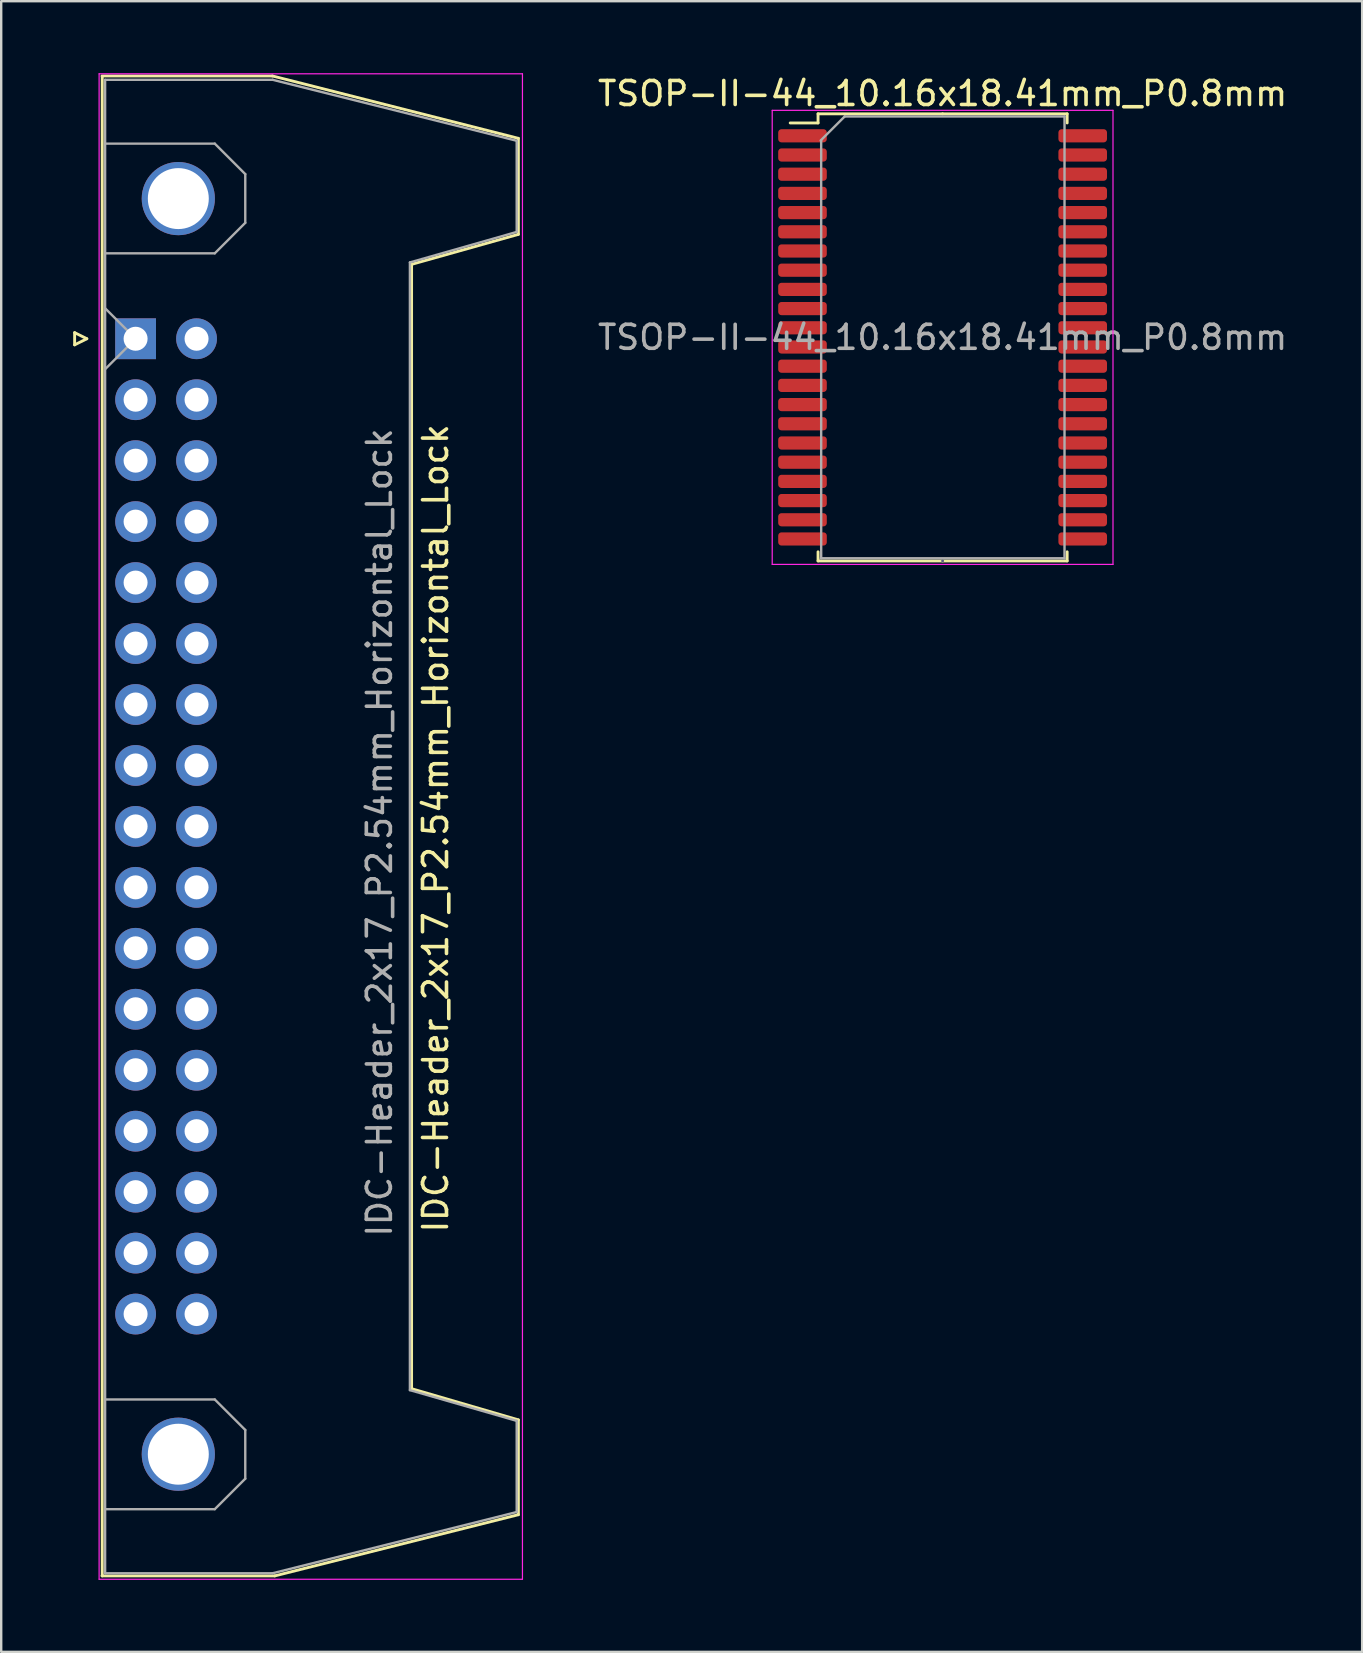
<source format=kicad_pcb>
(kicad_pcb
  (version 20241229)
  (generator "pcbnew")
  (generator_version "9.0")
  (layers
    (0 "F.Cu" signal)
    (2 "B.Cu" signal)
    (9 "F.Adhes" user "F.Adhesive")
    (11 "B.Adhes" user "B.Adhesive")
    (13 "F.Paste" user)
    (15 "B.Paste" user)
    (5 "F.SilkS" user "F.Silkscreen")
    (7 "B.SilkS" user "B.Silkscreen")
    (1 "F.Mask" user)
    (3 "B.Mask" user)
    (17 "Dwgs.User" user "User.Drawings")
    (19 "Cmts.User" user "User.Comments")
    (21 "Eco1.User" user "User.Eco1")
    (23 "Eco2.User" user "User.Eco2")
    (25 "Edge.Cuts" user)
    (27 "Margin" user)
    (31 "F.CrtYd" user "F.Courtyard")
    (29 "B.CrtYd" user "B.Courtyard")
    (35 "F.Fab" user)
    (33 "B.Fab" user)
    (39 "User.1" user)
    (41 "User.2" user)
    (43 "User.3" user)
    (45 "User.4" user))
  (footprint "IDC-Header_2x17_P2.54mm_Horizontal_Lock"
    (layer "F.Cu")
    (at 2.6 11.065)
    (property "Reference" "IDC-Header_2x17_P2.54mm_Horizontal_Lock" (at 12.5 20.4 270) (layer "F.SilkS") (effects (font (size 1 1) (thickness 0.15))))
    (attr through_hole)
    (fp_line (start -2.54 -0.254) (end -2.54 0.254) (stroke (width 0.12) (type solid)) (layer "F.SilkS"))
    (fp_line (start -2.54 0.254) (end -2.032 0) (stroke (width 0.12) (type solid)) (layer "F.SilkS"))
    (fp_line (start -2.032 0) (end -2.54 -0.254) (stroke (width 0.12) (type solid)) (layer "F.SilkS"))
    (fp_line (start -1.4 -10.95) (end 5.7 -10.95) (stroke (width 0.12) (type solid)) (layer "F.SilkS"))
    (fp_line (start -1.4 51.55) (end 5.8 51.55) (stroke (width 0.12) (type solid)) (layer "F.SilkS"))
    (fp_line (start -1.39 51.55) (end -1.39 -10.91) (stroke (width 0.12) (type solid)) (layer "F.SilkS"))
    (fp_line (start 5.8 51.55) (end 15.95 49) (stroke (width 0.12) (type solid)) (layer "F.SilkS"))
    (fp_line (start 11.5 -3.1) (end 15.95 -4.35) (stroke (width 0.12) (type solid)) (layer "F.SilkS"))
    (fp_line (start 11.5 43.75) (end 11.5 -3.1) (stroke (width 0.12) (type solid)) (layer "F.SilkS"))
    (fp_line (start 15.95 -8.35) (end 5.7 -10.95) (stroke (width 0.12) (type solid)) (layer "F.SilkS"))
    (fp_line (start 15.95 -4.35) (end 15.95 -8.35) (stroke (width 0.12) (type solid)) (layer "F.SilkS"))
    (fp_line (start 15.95 45.05) (end 11.5 43.75) (stroke (width 0.12) (type solid)) (layer "F.SilkS"))
    (fp_line (start 15.95 49) (end 15.95 45.05) (stroke (width 0.12) (type solid)) (layer "F.SilkS"))
    (fp_line (start -1.52 51.69) (end -1.52 -11.04) (stroke (width 0.05) (type solid)) (layer "F.CrtYd"))
    (fp_line (start -1.52 51.69) (end 16.12 51.69) (stroke (width 0.05) (type solid)) (layer "F.CrtYd"))
    (fp_line (start 16.12 -11.04) (end -1.52 -11.04) (stroke (width 0.05) (type solid)) (layer "F.CrtYd"))
    (fp_line (start 16.12 -11.04) (end 16.12 51.69) (stroke (width 0.05) (type solid)) (layer "F.CrtYd"))
    (fp_line (start -1.27 -10.79) (end -1.27 51.44) (stroke (width 0.1) (type solid)) (layer "F.Fab"))
    (fp_line (start -1.27 -8.13) (end 3.3 -8.13) (stroke (width 0.1) (type solid)) (layer "F.Fab"))
    (fp_line (start -1.27 -3.56) (end 3.3 -3.56) (stroke (width 0.1) (type solid)) (layer "F.Fab"))
    (fp_line (start -1.27 -1.27) (end 0 0) (stroke (width 0.1) (type solid)) (layer "F.Fab"))
    (fp_line (start -1.27 44.2) (end 3.3 44.2) (stroke (width 0.1) (type solid)) (layer "F.Fab"))
    (fp_line (start -1.27 51.44) (end 5.71 51.44) (stroke (width 0.1) (type solid)) (layer "F.Fab"))
    (fp_line (start 0 0) (end -1.27 1.27) (stroke (width 0.1) (type solid)) (layer "F.Fab"))
    (fp_line (start 3.3 -8.13) (end 4.57 -6.86) (stroke (width 0.1) (type solid)) (layer "F.Fab"))
    (fp_line (start 3.3 44.2) (end 4.57 45.47) (stroke (width 0.1) (type solid)) (layer "F.Fab"))
    (fp_line (start 3.3 48.77) (end -1.27 48.77) (stroke (width 0.1) (type solid)) (layer "F.Fab"))
    (fp_line (start 4.57 -6.86) (end 4.57 -4.83) (stroke (width 0.1) (type solid)) (layer "F.Fab"))
    (fp_line (start 4.57 -4.83) (end 3.3 -3.56) (stroke (width 0.1) (type solid)) (layer "F.Fab"))
    (fp_line (start 4.57 45.47) (end 4.57 47.5) (stroke (width 0.1) (type solid)) (layer "F.Fab"))
    (fp_line (start 4.57 47.5) (end 3.3 48.77) (stroke (width 0.1) (type solid)) (layer "F.Fab"))
    (fp_line (start 5.71 -10.79) (end -1.27 -10.79) (stroke (width 0.1) (type solid)) (layer "F.Fab"))
    (fp_line (start 5.71 51.44) (end 15.88 48.89) (stroke (width 0.1) (type solid)) (layer "F.Fab"))
    (fp_line (start 11.43 -3.18) (end 11.43 43.81) (stroke (width 0.1) (type solid)) (layer "F.Fab"))
    (fp_line (start 15.88 -8.25) (end 5.71 -10.79) (stroke (width 0.1) (type solid)) (layer "F.Fab"))
    (fp_line (start 15.88 -8.25) (end 15.88 -4.45) (stroke (width 0.1) (type solid)) (layer "F.Fab"))
    (fp_line (start 15.88 -4.45) (end 11.43 -3.18) (stroke (width 0.1) (type solid)) (layer "F.Fab"))
    (fp_line (start 15.88 45.09) (end 11.43 43.81) (stroke (width 0.1) (type solid)) (layer "F.Fab"))
    (fp_line (start 15.88 48.89) (end 15.88 45.09) (stroke (width 0.1) (type solid)) (layer "F.Fab"))
    (fp_text user "${REFERENCE}" (at 10.16 20.574 90) (layer "F.Fab") (effects (font (size 1 1) (thickness 0.15))))
    (pad "" thru_hole circle (at 1.78 -5.84 270) (size 3.05 3.05) (drill 2.54) (layers "*.Cu" "*.Mask"))
    (pad "" thru_hole circle (at 1.78 46.48 270) (size 3.05 3.05) (drill 2.54) (layers "*.Cu" "*.Mask"))
    (pad "1" thru_hole rect (at 0 0 270) (size 1.7 1.7) (drill 1) (layers "*.Cu" "*.Mask"))
    (pad "2" thru_hole circle (at 2.54 0 270) (size 1.7 1.7) (drill 1) (layers "*.Cu" "*.Mask"))
    (pad "3" thru_hole circle (at 0 2.54 270) (size 1.7 1.7) (drill 1) (layers "*.Cu" "*.Mask"))
    (pad "4" thru_hole circle (at 2.54 2.54 270) (size 1.7 1.7) (drill 1) (layers "*.Cu" "*.Mask"))
    (pad "5" thru_hole circle (at 0 5.08 270) (size 1.7 1.7) (drill 1) (layers "*.Cu" "*.Mask"))
    (pad "6" thru_hole circle (at 2.54 5.08 270) (size 1.7 1.7) (drill 1) (layers "*.Cu" "*.Mask"))
    (pad "7" thru_hole circle (at 0 7.62 270) (size 1.7 1.7) (drill 1) (layers "*.Cu" "*.Mask"))
    (pad "8" thru_hole circle (at 2.54 7.62 270) (size 1.7 1.7) (drill 1) (layers "*.Cu" "*.Mask"))
    (pad "9" thru_hole circle (at 0 10.16 270) (size 1.7 1.7) (drill 1) (layers "*.Cu" "*.Mask"))
    (pad "10" thru_hole circle (at 2.54 10.16 270) (size 1.7 1.7) (drill 1) (layers "*.Cu" "*.Mask"))
    (pad "11" thru_hole circle (at 0 12.7 270) (size 1.7 1.7) (drill 1) (layers "*.Cu" "*.Mask"))
    (pad "12" thru_hole circle (at 2.54 12.7 270) (size 1.7 1.7) (drill 1) (layers "*.Cu" "*.Mask"))
    (pad "13" thru_hole circle (at 0 15.24 270) (size 1.7 1.7) (drill 1) (layers "*.Cu" "*.Mask"))
    (pad "14" thru_hole circle (at 2.54 15.24 270) (size 1.7 1.7) (drill 1) (layers "*.Cu" "*.Mask"))
    (pad "15" thru_hole circle (at 0 17.78 270) (size 1.7 1.7) (drill 1) (layers "*.Cu" "*.Mask"))
    (pad "16" thru_hole circle (at 2.54 17.78 270) (size 1.7 1.7) (drill 1) (layers "*.Cu" "*.Mask"))
    (pad "17" thru_hole circle (at 0 20.32 270) (size 1.7 1.7) (drill 1) (layers "*.Cu" "*.Mask"))
    (pad "18" thru_hole circle (at 2.54 20.32 270) (size 1.7 1.7) (drill 1) (layers "*.Cu" "*.Mask"))
    (pad "19" thru_hole circle (at 0 22.86 270) (size 1.7 1.7) (drill 1) (layers "*.Cu" "*.Mask"))
    (pad "20" thru_hole circle (at 2.54 22.86 270) (size 1.7 1.7) (drill 1) (layers "*.Cu" "*.Mask"))
    (pad "21" thru_hole circle (at 0 25.4 270) (size 1.7 1.7) (drill 1) (layers "*.Cu" "*.Mask"))
    (pad "22" thru_hole circle (at 2.54 25.4 270) (size 1.7 1.7) (drill 1) (layers "*.Cu" "*.Mask"))
    (pad "23" thru_hole circle (at 0 27.94 270) (size 1.7 1.7) (drill 1) (layers "*.Cu" "*.Mask"))
    (pad "24" thru_hole circle (at 2.54 27.94 270) (size 1.7 1.7) (drill 1) (layers "*.Cu" "*.Mask"))
    (pad "25" thru_hole circle (at 0 30.48 270) (size 1.7 1.7) (drill 1) (layers "*.Cu" "*.Mask"))
    (pad "26" thru_hole circle (at 2.54 30.48 270) (size 1.7 1.7) (drill 1) (layers "*.Cu" "*.Mask"))
    (pad "27" thru_hole circle (at 0 33.02 270) (size 1.7 1.7) (drill 1) (layers "*.Cu" "*.Mask"))
    (pad "28" thru_hole circle (at 2.54 33.02 270) (size 1.7 1.7) (drill 1) (layers "*.Cu" "*.Mask"))
    (pad "29" thru_hole circle (at 0 35.56 270) (size 1.7 1.7) (drill 1) (layers "*.Cu" "*.Mask"))
    (pad "30" thru_hole circle (at 2.54 35.56 270) (size 1.7 1.7) (drill 1) (layers "*.Cu" "*.Mask"))
    (pad "31" thru_hole circle (at 0 38.1 270) (size 1.7 1.7) (drill 1) (layers "*.Cu" "*.Mask"))
    (pad "32" thru_hole circle (at 2.54 38.1 270) (size 1.7 1.7) (drill 1) (layers "*.Cu" "*.Mask"))
    (pad "33" thru_hole circle (at 0 40.64 270) (size 1.7 1.7) (drill 1) (layers "*.Cu" "*.Mask"))
    (pad "34" thru_hole circle (at 2.54 40.64 270) (size 1.7 1.7) (drill 1) (layers "*.Cu" "*.Mask")))
  (footprint "TSOP-II-44_10.16x18.41mm_P0.8mm"
    (layer "F.Cu")
    (at 36.227 11.008)
    (property "Reference" "TSOP-II-44_10.16x18.41mm_P0.8mm" (at 0 -10.16 0) (layer "F.SilkS") (effects (font (size 1 1) (thickness 0.15))))
    (attr smd)
    (fp_line (start -5.19 -9.315) (end -5.19 -8.935) (stroke (width 0.12) (type solid)) (layer "F.SilkS"))
    (fp_line (start -5.19 -8.935) (end -6.35 -8.935) (stroke (width 0.12) (type solid)) (layer "F.SilkS"))
    (fp_line (start -5.19 9.315) (end -5.19 8.935) (stroke (width 0.12) (type solid)) (layer "F.SilkS"))
    (fp_line (start 0 -9.315) (end -5.19 -9.315) (stroke (width 0.12) (type solid)) (layer "F.SilkS"))
    (fp_line (start 0 -9.315) (end 5.19 -9.315) (stroke (width 0.12) (type solid)) (layer "F.SilkS"))
    (fp_line (start 0 9.315) (end -5.19 9.315) (stroke (width 0.12) (type solid)) (layer "F.SilkS"))
    (fp_line (start 0 9.315) (end 5.19 9.315) (stroke (width 0.12) (type solid)) (layer "F.SilkS"))
    (fp_line (start 5.19 -9.315) (end 5.19 -8.935) (stroke (width 0.12) (type solid)) (layer "F.SilkS"))
    (fp_line (start 5.19 9.315) (end 5.19 8.935) (stroke (width 0.12) (type solid)) (layer "F.SilkS"))
    (fp_line (start -7.1 -9.46) (end -7.1 9.46) (stroke (width 0.05) (type solid)) (layer "F.CrtYd"))
    (fp_line (start -7.1 9.46) (end 7.1 9.46) (stroke (width 0.05) (type solid)) (layer "F.CrtYd"))
    (fp_line (start 7.1 -9.46) (end -7.1 -9.46) (stroke (width 0.05) (type solid)) (layer "F.CrtYd"))
    (fp_line (start 7.1 9.46) (end 7.1 -9.46) (stroke (width 0.05) (type solid)) (layer "F.CrtYd"))
    (fp_line (start 0 9.315) (end 0 9.315) (stroke (width 0.12) (type solid)) (layer "B.Fab"))
    (fp_line (start -5.08 -8.205) (end -4.08 -9.205) (stroke (width 0.1) (type solid)) (layer "F.Fab"))
    (fp_line (start -5.06 9.205) (end -5.06 -8.205) (stroke (width 0.1) (type solid)) (layer "F.Fab"))
    (fp_line (start -4.08 -9.205) (end 5.08 -9.205) (stroke (width 0.1) (type solid)) (layer "F.Fab"))
    (fp_line (start 5.08 -9.205) (end 5.08 9.205) (stroke (width 0.1) (type solid)) (layer "F.Fab"))
    (fp_line (start 5.08 9.205) (end -5.08 9.205) (stroke (width 0.1) (type solid)) (layer "F.Fab"))
    (fp_text user "${REFERENCE}" (at 0 0 0) (layer "F.Fab") (effects (font (size 1 1) (thickness 0.15))))
    (pad "1" smd roundrect (at -5.838 -8.4) (size 2.025 0.55) (layers "F.Cu" "F.Mask" "F.Paste") (roundrect_rratio 0.25))
    (pad "2" smd roundrect (at -5.838 -7.6) (size 2.025 0.55) (layers "F.Cu" "F.Mask" "F.Paste") (roundrect_rratio 0.25))
    (pad "3" smd roundrect (at -5.838 -6.8) (size 2.025 0.55) (layers "F.Cu" "F.Mask" "F.Paste") (roundrect_rratio 0.25))
    (pad "4" smd roundrect (at -5.838 -6) (size 2.025 0.55) (layers "F.Cu" "F.Mask" "F.Paste") (roundrect_rratio 0.25))
    (pad "5" smd roundrect (at -5.838 -5.2) (size 2.025 0.55) (layers "F.Cu" "F.Mask" "F.Paste") (roundrect_rratio 0.25))
    (pad "6" smd roundrect (at -5.838 -4.4) (size 2.025 0.55) (layers "F.Cu" "F.Mask" "F.Paste") (roundrect_rratio 0.25))
    (pad "7" smd roundrect (at -5.838 -3.6) (size 2.025 0.55) (layers "F.Cu" "F.Mask" "F.Paste") (roundrect_rratio 0.25))
    (pad "8" smd roundrect (at -5.838 -2.8) (size 2.025 0.55) (layers "F.Cu" "F.Mask" "F.Paste") (roundrect_rratio 0.25))
    (pad "9" smd roundrect (at -5.838 -2) (size 2.025 0.55) (layers "F.Cu" "F.Mask" "F.Paste") (roundrect_rratio 0.25))
    (pad "10" smd roundrect (at -5.838 -1.2) (size 2.025 0.55) (layers "F.Cu" "F.Mask" "F.Paste") (roundrect_rratio 0.25))
    (pad "11" smd roundrect (at -5.838 -0.4) (size 2.025 0.55) (layers "F.Cu" "F.Mask" "F.Paste") (roundrect_rratio 0.25))
    (pad "12" smd roundrect (at -5.838 0.4) (size 2.025 0.55) (layers "F.Cu" "F.Mask" "F.Paste") (roundrect_rratio 0.25))
    (pad "13" smd roundrect (at -5.838 1.2) (size 2.025 0.55) (layers "F.Cu" "F.Mask" "F.Paste") (roundrect_rratio 0.25))
    (pad "14" smd roundrect (at -5.838 2) (size 2.025 0.55) (layers "F.Cu" "F.Mask" "F.Paste") (roundrect_rratio 0.25))
    (pad "15" smd roundrect (at -5.838 2.8) (size 2.025 0.55) (layers "F.Cu" "F.Mask" "F.Paste") (roundrect_rratio 0.25))
    (pad "16" smd roundrect (at -5.838 3.6) (size 2.025 0.55) (layers "F.Cu" "F.Mask" "F.Paste") (roundrect_rratio 0.25))
    (pad "17" smd roundrect (at -5.838 4.4) (size 2.025 0.55) (layers "F.Cu" "F.Mask" "F.Paste") (roundrect_rratio 0.25))
    (pad "18" smd roundrect (at -5.838 5.2) (size 2.025 0.55) (layers "F.Cu" "F.Mask" "F.Paste") (roundrect_rratio 0.25))
    (pad "19" smd roundrect (at -5.838 6) (size 2.025 0.55) (layers "F.Cu" "F.Mask" "F.Paste") (roundrect_rratio 0.25))
    (pad "20" smd roundrect (at -5.838 6.8) (size 2.025 0.55) (layers "F.Cu" "F.Mask" "F.Paste") (roundrect_rratio 0.25))
    (pad "21" smd roundrect (at -5.838 7.6) (size 2.025 0.55) (layers "F.Cu" "F.Mask" "F.Paste") (roundrect_rratio 0.25))
    (pad "22" smd roundrect (at -5.838 8.4) (size 2.025 0.55) (layers "F.Cu" "F.Mask" "F.Paste") (roundrect_rratio 0.25))
    (pad "23" smd roundrect (at 5.838 8.4) (size 2.025 0.55) (layers "F.Cu" "F.Mask" "F.Paste") (roundrect_rratio 0.25))
    (pad "24" smd roundrect (at 5.838 7.6) (size 2.025 0.55) (layers "F.Cu" "F.Mask" "F.Paste") (roundrect_rratio 0.25))
    (pad "25" smd roundrect (at 5.838 6.8) (size 2.025 0.55) (layers "F.Cu" "F.Mask" "F.Paste") (roundrect_rratio 0.25))
    (pad "26" smd roundrect (at 5.838 6) (size 2.025 0.55) (layers "F.Cu" "F.Mask" "F.Paste") (roundrect_rratio 0.25))
    (pad "27" smd roundrect (at 5.838 5.2) (size 2.025 0.55) (layers "F.Cu" "F.Mask" "F.Paste") (roundrect_rratio 0.25))
    (pad "28" smd roundrect (at 5.838 4.4) (size 2.025 0.55) (layers "F.Cu" "F.Mask" "F.Paste") (roundrect_rratio 0.25))
    (pad "29" smd roundrect (at 5.838 3.6) (size 2.025 0.55) (layers "F.Cu" "F.Mask" "F.Paste") (roundrect_rratio 0.25))
    (pad "30" smd roundrect (at 5.838 2.8) (size 2.025 0.55) (layers "F.Cu" "F.Mask" "F.Paste") (roundrect_rratio 0.25))
    (pad "31" smd roundrect (at 5.838 2) (size 2.025 0.55) (layers "F.Cu" "F.Mask" "F.Paste") (roundrect_rratio 0.25))
    (pad "32" smd roundrect (at 5.838 1.2) (size 2.025 0.55) (layers "F.Cu" "F.Mask" "F.Paste") (roundrect_rratio 0.25))
    (pad "33" smd roundrect (at 5.838 0.4) (size 2.025 0.55) (layers "F.Cu" "F.Mask" "F.Paste") (roundrect_rratio 0.25))
    (pad "34" smd roundrect (at 5.838 -0.4) (size 2.025 0.55) (layers "F.Cu" "F.Mask" "F.Paste") (roundrect_rratio 0.25))
    (pad "35" smd roundrect (at 5.838 -1.2) (size 2.025 0.55) (layers "F.Cu" "F.Mask" "F.Paste") (roundrect_rratio 0.25))
    (pad "36" smd roundrect (at 5.838 -2) (size 2.025 0.55) (layers "F.Cu" "F.Mask" "F.Paste") (roundrect_rratio 0.25))
    (pad "37" smd roundrect (at 5.838 -2.8) (size 2.025 0.55) (layers "F.Cu" "F.Mask" "F.Paste") (roundrect_rratio 0.25))
    (pad "38" smd roundrect (at 5.838 -3.6) (size 2.025 0.55) (layers "F.Cu" "F.Mask" "F.Paste") (roundrect_rratio 0.25))
    (pad "39" smd roundrect (at 5.838 -4.4) (size 2.025 0.55) (layers "F.Cu" "F.Mask" "F.Paste") (roundrect_rratio 0.25))
    (pad "40" smd roundrect (at 5.838 -5.2) (size 2.025 0.55) (layers "F.Cu" "F.Mask" "F.Paste") (roundrect_rratio 0.25))
    (pad "41" smd roundrect (at 5.838 -6) (size 2.025 0.55) (layers "F.Cu" "F.Mask" "F.Paste") (roundrect_rratio 0.25))
    (pad "42" smd roundrect (at 5.838 -6.8) (size 2.025 0.55) (layers "F.Cu" "F.Mask" "F.Paste") (roundrect_rratio 0.25))
    (pad "43" smd roundrect (at 5.838 -7.6) (size 2.025 0.55) (layers "F.Cu" "F.Mask" "F.Paste") (roundrect_rratio 0.25))
    (pad "44" smd roundrect (at 5.838 -8.4) (size 2.025 0.55) (layers "F.Cu" "F.Mask" "F.Paste") (roundrect_rratio 0.25)))
  (gr_rect
    (start -3 -3)
    (end 53.709 65.78)
    (stroke (width 0.1) (type default))
    (fill no)
    (layer "Edge.Cuts")))
</source>
